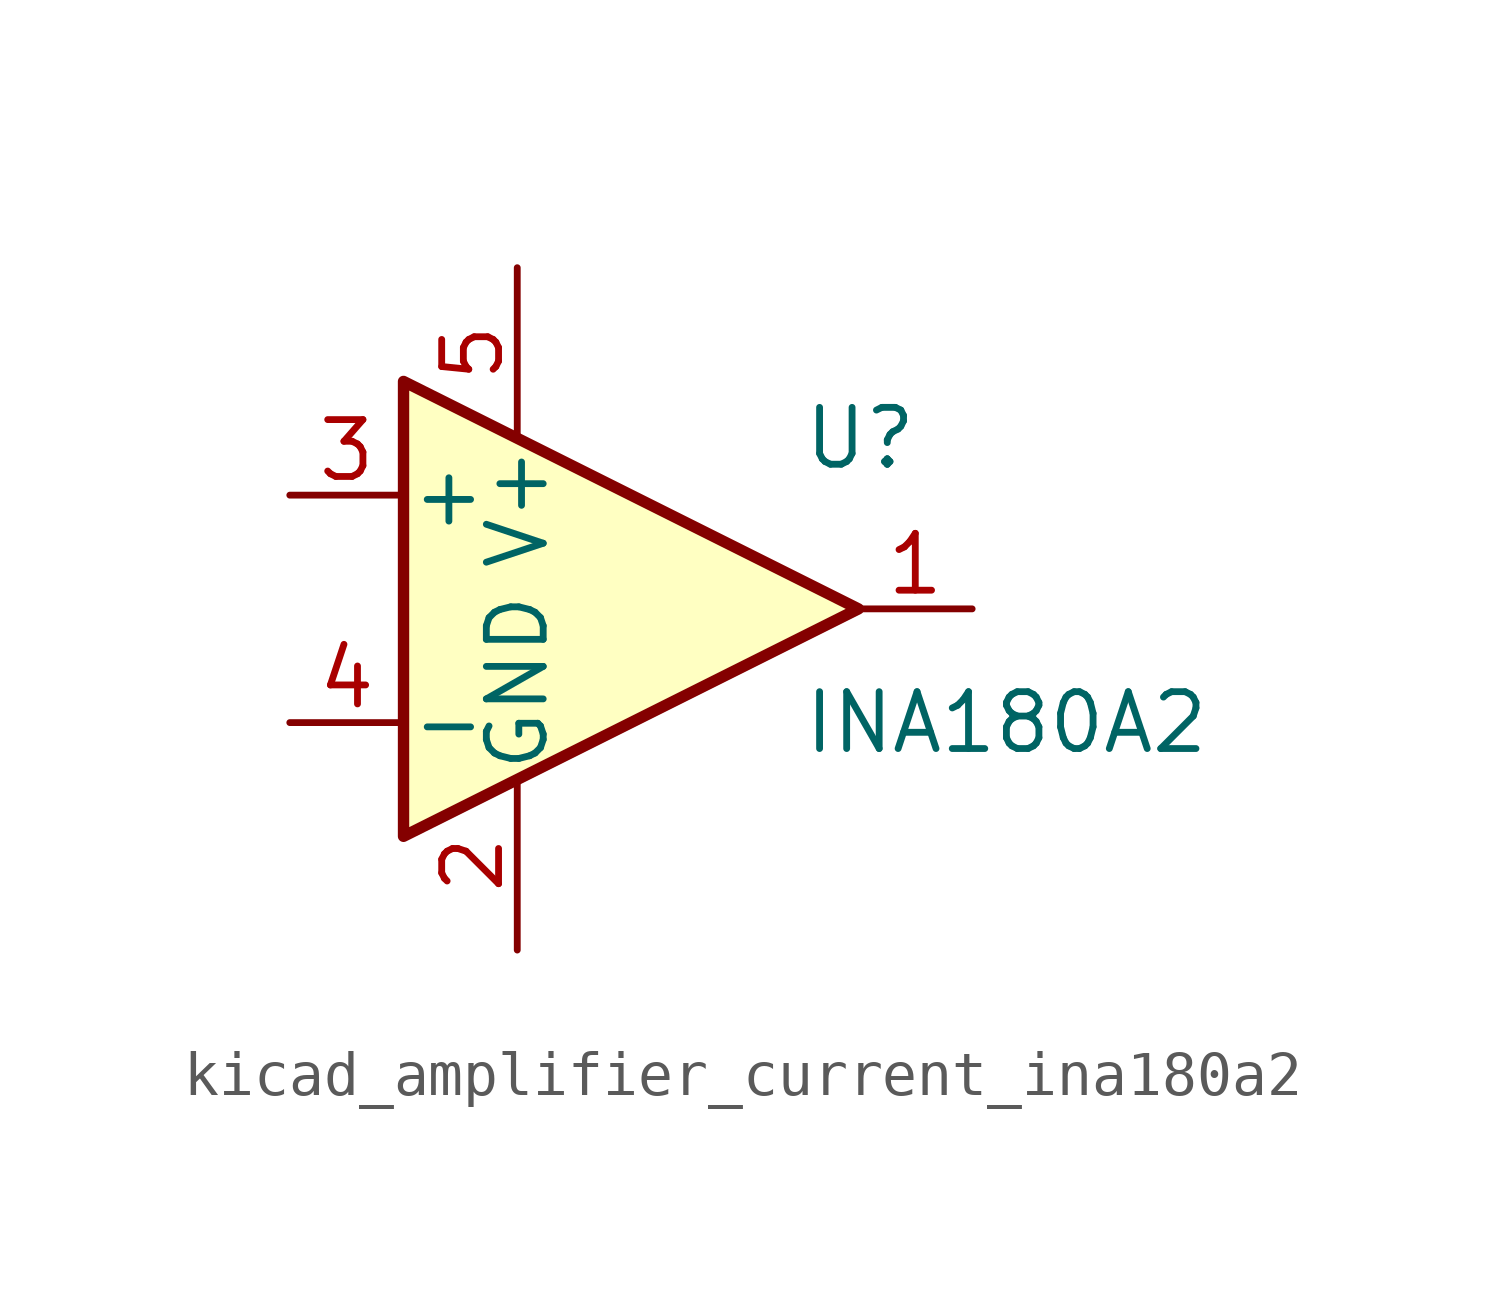
<source format=kicad_sym>
(kicad_symbol_lib
  (version 20220914)
  (generator kicad_symbol_editor)
  (symbol "kicad_amplifier_current_ina180a2"
    (pin_names
      (offset 0.127))
    (property "Reference" "U"
      (at 3.81 3.81 0)
      (effects (font (size 1.27 1.27)) (justify left)))
    (property "Value" "INA180A2"
      (at 3.81 -2.54 0)
      (effects (font (size 1.27 1.27)) (justify left)))
    (symbol "kicad_amplifier_current_ina180a2_0_1"
      (polyline (pts (xy 5.08 0) (xy -5.08 5.08) (xy -5.08 -5.08) (xy 5.08 0)) (stroke (width 0.254) (type default)) (fill (type background))))
    (symbol "kicad_amplifier_current_ina180a2_1_1"
      (pin output line (at 7.62 0 180) (length 2.54) (name "~" (effects (font (size 1.27 1.27)))) (number "1" (effects (font (size 1.27 1.27)))))
      (pin power_in line (at -2.54 -7.62 90) (length 3.81) (name "GND" (effects (font (size 1.27 1.27)))) (number "2" (effects (font (size 1.27 1.27)))))
      (pin input line (at -7.62 2.54 0) (length 2.54) (name "+" (effects (font (size 1.27 1.27)))) (number "3" (effects (font (size 1.27 1.27)))))
      (pin input line (at -7.62 -2.54 0) (length 2.54) (name "-" (effects (font (size 1.27 1.27)))) (number "4" (effects (font (size 1.27 1.27)))))
      (pin power_in line (at -2.54 7.62 270) (length 3.81) (name "V+" (effects (font (size 1.27 1.27)))) (number "5" (effects (font (size 1.27 1.27))))))))
</source>
